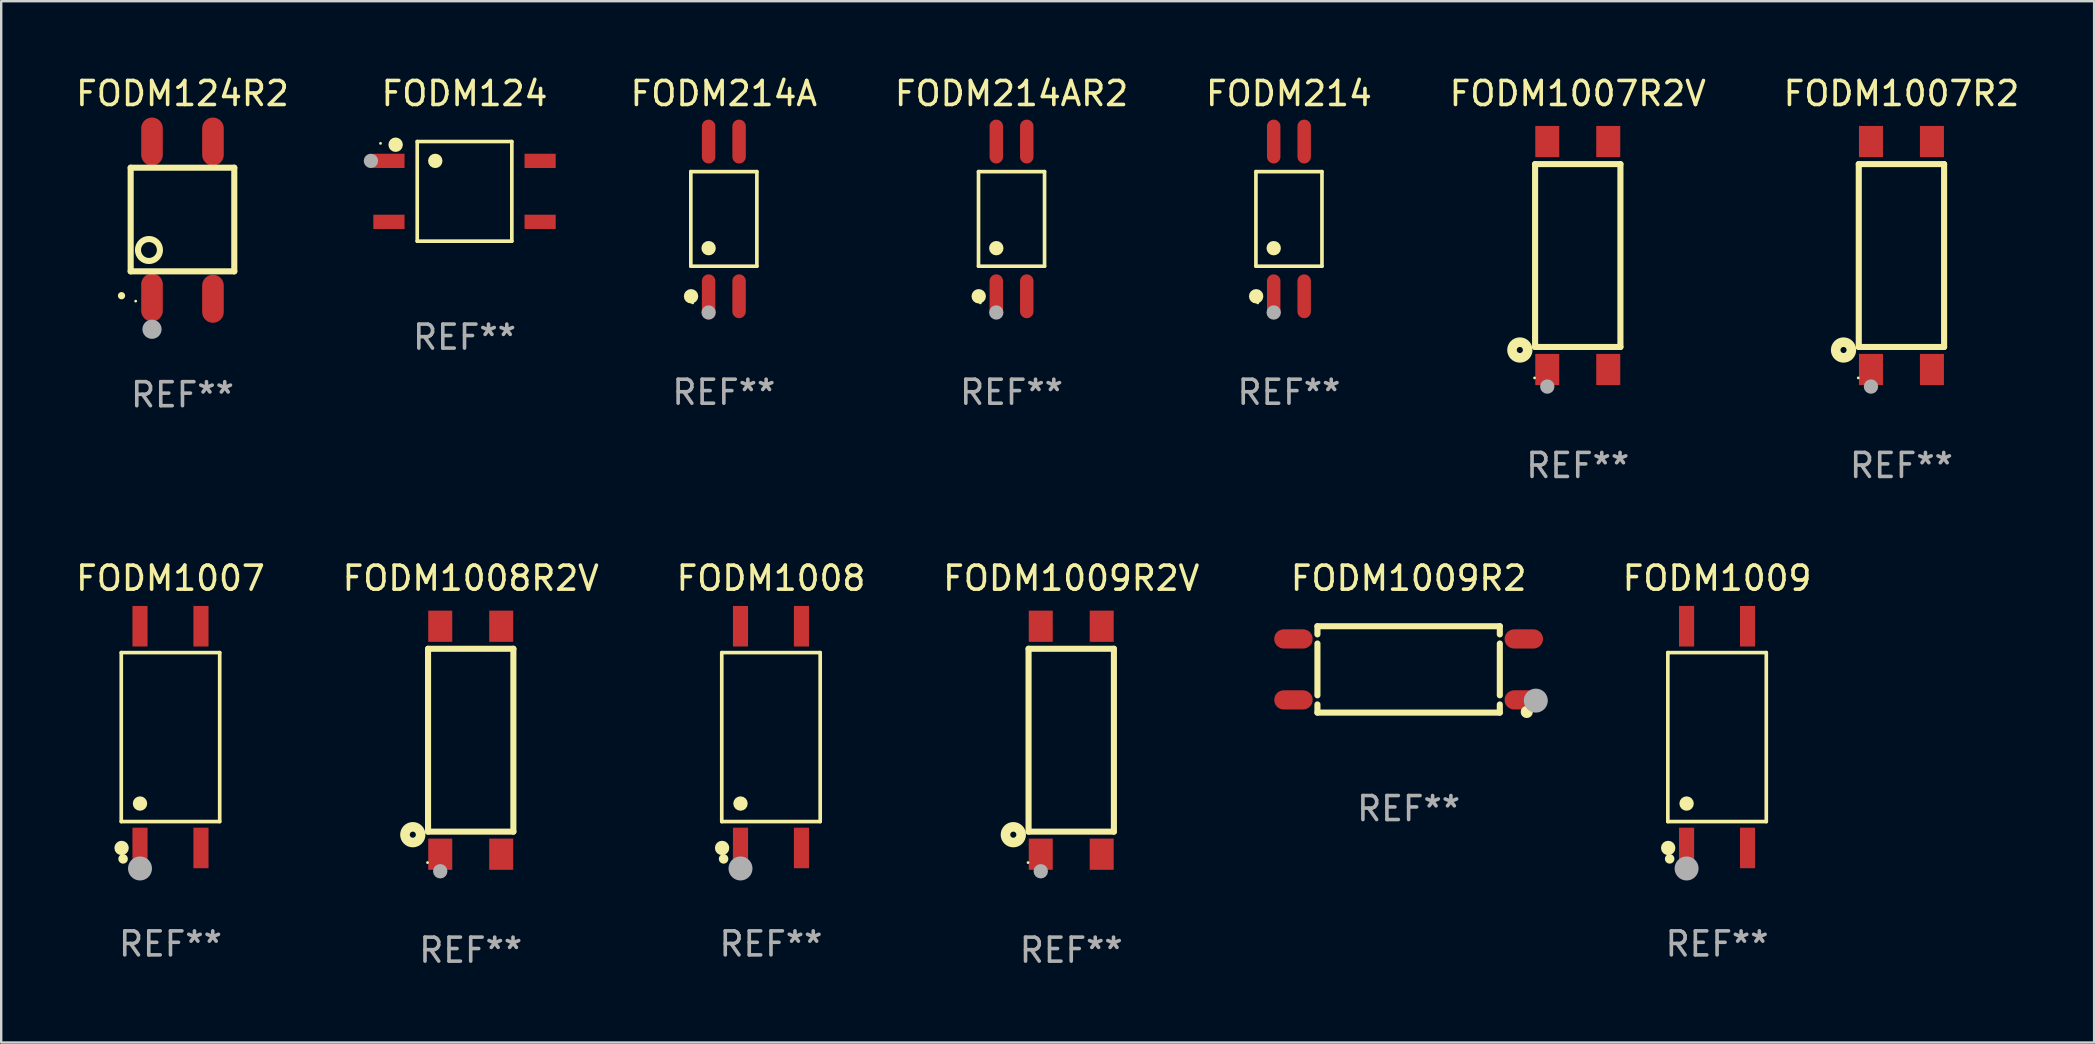
<source format=kicad_pcb>
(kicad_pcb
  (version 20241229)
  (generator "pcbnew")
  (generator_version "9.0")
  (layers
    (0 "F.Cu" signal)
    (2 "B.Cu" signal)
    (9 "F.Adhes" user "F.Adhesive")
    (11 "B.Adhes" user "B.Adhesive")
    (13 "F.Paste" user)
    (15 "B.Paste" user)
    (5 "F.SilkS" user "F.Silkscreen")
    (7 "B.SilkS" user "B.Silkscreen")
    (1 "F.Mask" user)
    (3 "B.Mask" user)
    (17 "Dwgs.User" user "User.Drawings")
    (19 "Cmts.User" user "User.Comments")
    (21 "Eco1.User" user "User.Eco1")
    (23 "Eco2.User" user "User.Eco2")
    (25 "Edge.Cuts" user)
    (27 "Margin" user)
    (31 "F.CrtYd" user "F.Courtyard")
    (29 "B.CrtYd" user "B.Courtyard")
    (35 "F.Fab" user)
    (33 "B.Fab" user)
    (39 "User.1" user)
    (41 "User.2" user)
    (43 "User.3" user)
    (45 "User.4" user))
  (footprint "FODM1009"
    (layer "F.Cu")
    (at 68.501 27.665)
    (property "Reference" "FODM1009" (at 0 -6.62 0) (layer "F.SilkS") (effects (font (size 1 1) (thickness 0.15))))
    (attr through_hole)
    (fp_line (start -2.051 -3.521) (end 2.051 -3.521) (stroke (width 0.152) (type solid)) (layer "F.SilkS"))
    (fp_line (start -2.051 3.521) (end -2.051 -3.521) (stroke (width 0.152) (type solid)) (layer "F.SilkS"))
    (fp_line (start 2.051 -3.521) (end 2.051 3.521) (stroke (width 0.152) (type solid)) (layer "F.SilkS"))
    (fp_line (start 2.051 3.521) (end -2.051 3.521) (stroke (width 0.152) (type solid)) (layer "F.SilkS"))
    (fp_circle (center -2.037 4.62) (end -1.887 4.62) (stroke (width 0.3) (type solid)) (fill no) (layer "F.SilkS"))
    (fp_circle (center -1.975 5.075) (end -1.875 5.075) (stroke (width 0.2) (type solid)) (fill no) (layer "F.SilkS"))
    (fp_circle (center -1.27 2.769) (end -1.12 2.769) (stroke (width 0.3) (type solid)) (fill no) (layer "F.SilkS"))
    (fp_circle (center -1.27 5.475) (end -1.02 5.475) (stroke (width 0.5) (type solid)) (fill no) (layer "F.Fab"))
    (fp_text user "REF**" (at 0 8.62 0) (layer "F.Fab") (effects (font (size 1 1) (thickness 0.15))))
    (pad "1" smd rect (at -1.27 4.62) (size 0.63 1.69) (layers "F.Cu" "F.Mask" "F.Paste"))
    (pad "2" smd rect (at 1.27 4.62) (size 0.63 1.69) (layers "F.Cu" "F.Mask" "F.Paste"))
    (pad "3" smd rect (at 1.27 -4.62) (size 0.63 1.69) (layers "F.Cu" "F.Mask" "F.Paste"))
    (pad "4" smd rect (at -1.27 -4.62) (size 0.63 1.69) (layers "F.Cu" "F.Mask" "F.Paste")))
  (footprint "FODM1008"
    (layer "F.Cu")
    (at 29.077 27.665)
    (property "Reference" "FODM1008" (at 0 -6.62 0) (layer "F.SilkS") (effects (font (size 1 1) (thickness 0.15))))
    (attr through_hole)
    (fp_line (start -2.051 -3.521) (end 2.051 -3.521) (stroke (width 0.152) (type solid)) (layer "F.SilkS"))
    (fp_line (start -2.051 3.521) (end -2.051 -3.521) (stroke (width 0.152) (type solid)) (layer "F.SilkS"))
    (fp_line (start 2.051 -3.521) (end 2.051 3.521) (stroke (width 0.152) (type solid)) (layer "F.SilkS"))
    (fp_line (start 2.051 3.521) (end -2.051 3.521) (stroke (width 0.152) (type solid)) (layer "F.SilkS"))
    (fp_circle (center -2.037 4.62) (end -1.887 4.62) (stroke (width 0.3) (type solid)) (fill no) (layer "F.SilkS"))
    (fp_circle (center -1.975 5.075) (end -1.875 5.075) (stroke (width 0.2) (type solid)) (fill no) (layer "F.SilkS"))
    (fp_circle (center -1.27 2.769) (end -1.12 2.769) (stroke (width 0.3) (type solid)) (fill no) (layer "F.SilkS"))
    (fp_circle (center -1.27 5.475) (end -1.02 5.475) (stroke (width 0.5) (type solid)) (fill no) (layer "F.Fab"))
    (fp_text user "REF**" (at 0 8.62 0) (layer "F.Fab") (effects (font (size 1 1) (thickness 0.15))))
    (pad "1" smd rect (at -1.27 4.62) (size 0.63 1.69) (layers "F.Cu" "F.Mask" "F.Paste"))
    (pad "2" smd rect (at 1.27 4.62) (size 0.63 1.69) (layers "F.Cu" "F.Mask" "F.Paste"))
    (pad "3" smd rect (at 1.27 -4.62) (size 0.63 1.69) (layers "F.Cu" "F.Mask" "F.Paste"))
    (pad "4" smd rect (at -1.27 -4.62) (size 0.63 1.69) (layers "F.Cu" "F.Mask" "F.Paste")))
  (footprint "FODM214"
    (layer "F.Cu")
    (at 50.661 6.072)
    (property "Reference" "FODM214" (at 0 -5.224 0) (layer "F.SilkS") (effects (font (size 1 1) (thickness 0.15))))
    (attr through_hole)
    (fp_line (start -1.376 -1.971) (end 1.376 -1.971) (stroke (width 0.152) (type solid)) (layer "F.SilkS"))
    (fp_line (start -1.376 1.971) (end -1.376 -1.971) (stroke (width 0.152) (type solid)) (layer "F.SilkS"))
    (fp_line (start 1.376 -1.971) (end 1.376 1.971) (stroke (width 0.152) (type solid)) (layer "F.SilkS"))
    (fp_line (start 1.376 1.971) (end -1.376 1.971) (stroke (width 0.152) (type solid)) (layer "F.SilkS"))
    (fp_circle (center -1.367 3.224) (end -1.217 3.224) (stroke (width 0.3) (type solid)) (fill no) (layer "F.SilkS"))
    (fp_circle (center -1.3 3.5) (end -1.27 3.5) (stroke (width 0.06) (type solid)) (fill no) (layer "F.SilkS"))
    (fp_circle (center -0.635 1.219) (end -0.485 1.219) (stroke (width 0.3) (type solid)) (fill no) (layer "F.SilkS"))
    (fp_circle (center -0.635 3.9) (end -0.485 3.9) (stroke (width 0.3) (type solid)) (fill no) (layer "F.Fab"))
    (fp_text user "REF**" (at 0 7.224 0) (layer "F.Fab") (effects (font (size 1 1) (thickness 0.15))))
    (pad "1" smd oval (at -0.635 3.224) (size 0.56 1.827) (layers "F.Cu" "F.Mask" "F.Paste"))
    (pad "2" smd oval (at 0.635 3.224) (size 0.56 1.827) (layers "F.Cu" "F.Mask" "F.Paste"))
    (pad "3" smd oval (at 0.635 -3.224) (size 0.56 1.827) (layers "F.Cu" "F.Mask" "F.Paste"))
    (pad "4" smd oval (at -0.635 -3.224) (size 0.56 1.827) (layers "F.Cu" "F.Mask" "F.Paste")))
  (footprint "FODM214A"
    (layer "F.Cu")
    (at 27.113 6.072)
    (property "Reference" "FODM214A" (at 0 -5.224 0) (layer "F.SilkS") (effects (font (size 1 1) (thickness 0.15))))
    (attr through_hole)
    (fp_line (start -1.376 -1.971) (end 1.376 -1.971) (stroke (width 0.152) (type solid)) (layer "F.SilkS"))
    (fp_line (start -1.376 1.971) (end -1.376 -1.971) (stroke (width 0.152) (type solid)) (layer "F.SilkS"))
    (fp_line (start 1.376 -1.971) (end 1.376 1.971) (stroke (width 0.152) (type solid)) (layer "F.SilkS"))
    (fp_line (start 1.376 1.971) (end -1.376 1.971) (stroke (width 0.152) (type solid)) (layer "F.SilkS"))
    (fp_circle (center -1.367 3.224) (end -1.217 3.224) (stroke (width 0.3) (type solid)) (fill no) (layer "F.SilkS"))
    (fp_circle (center -1.3 3.5) (end -1.27 3.5) (stroke (width 0.06) (type solid)) (fill no) (layer "F.SilkS"))
    (fp_circle (center -0.635 1.219) (end -0.485 1.219) (stroke (width 0.3) (type solid)) (fill no) (layer "F.SilkS"))
    (fp_circle (center -0.635 3.9) (end -0.485 3.9) (stroke (width 0.3) (type solid)) (fill no) (layer "F.Fab"))
    (fp_text user "REF**" (at 0 7.224 0) (layer "F.Fab") (effects (font (size 1 1) (thickness 0.15))))
    (pad "1" smd oval (at -0.635 3.224) (size 0.56 1.827) (layers "F.Cu" "F.Mask" "F.Paste"))
    (pad "2" smd oval (at 0.635 3.224) (size 0.56 1.827) (layers "F.Cu" "F.Mask" "F.Paste"))
    (pad "3" smd oval (at 0.635 -3.224) (size 0.56 1.827) (layers "F.Cu" "F.Mask" "F.Paste"))
    (pad "4" smd oval (at -0.635 -3.224) (size 0.56 1.827) (layers "F.Cu" "F.Mask" "F.Paste")))
  (footprint "FODM1009R2"
    (layer "F.Cu")
    (at 55.648 24.845)
    (property "Reference" "FODM1009R2" (at 0 -3.8 0) (layer "F.SilkS") (effects (font (size 1 1) (thickness 0.15))))
    (attr through_hole)
    (fp_line (start -3.8 -1.8) (end 3.8 -1.8) (stroke (width 0.254) (type solid)) (layer "F.SilkS"))
    (fp_line (start -3.8 -1.46) (end -3.8 -1.8) (stroke (width 0.254) (type solid)) (layer "F.SilkS"))
    (fp_line (start -3.8 1.08) (end -3.8 -1.08) (stroke (width 0.254) (type solid)) (layer "F.SilkS"))
    (fp_line (start -3.8 1.8) (end -3.8 1.46) (stroke (width 0.254) (type solid)) (layer "F.SilkS"))
    (fp_line (start 3.8 -1.8) (end 3.8 -1.46) (stroke (width 0.254) (type solid)) (layer "F.SilkS"))
    (fp_line (start 3.8 -1.08) (end 3.8 1.08) (stroke (width 0.254) (type solid)) (layer "F.SilkS"))
    (fp_line (start 3.8 1.46) (end 3.8 1.8) (stroke (width 0.254) (type solid)) (layer "F.SilkS"))
    (fp_line (start 3.8 1.8) (end -3.8 1.8) (stroke (width 0.254) (type solid)) (layer "F.SilkS"))
    (fp_circle (center 4.923 1.773) (end 5.05 1.773) (stroke (width 0.254) (type solid)) (fill no) (layer "F.SilkS"))
    (fp_circle (center 5.3 1.3) (end 5.55 1.3) (stroke (width 0.5) (type solid)) (fill no) (layer "F.Fab"))
    (fp_text user "REF**" (at 0 5.8 0) (layer "F.Fab") (effects (font (size 1 1) (thickness 0.15))))
    (pad "1" smd oval (at 4.8 1.27 90) (size 0.8 1.6) (layers "F.Cu" "F.Mask" "F.Paste"))
    (pad "2" smd oval (at 4.8 -1.27 90) (size 0.8 1.6) (layers "F.Cu" "F.Mask" "F.Paste"))
    (pad "3" smd oval (at -4.8 -1.27 90) (size 0.8 1.6) (layers "F.Cu" "F.Mask" "F.Paste"))
    (pad "4" smd oval (at -4.8 1.27 90) (size 0.8 1.6) (layers "F.Cu" "F.Mask" "F.Paste")))
  (footprint "FODM1009R2V"
    (layer "F.Cu")
    (at 41.589 27.795)
    (property "Reference" "FODM1009R2V" (at 0 -6.75 0) (layer "F.SilkS") (effects (font (size 1 1) (thickness 0.15))))
    (attr through_hole)
    (fp_line (start -1.778 -3.81) (end 1.778 -3.81) (stroke (width 0.254) (type solid)) (layer "F.SilkS"))
    (fp_line (start -1.778 3.81) (end -1.778 -3.81) (stroke (width 0.254) (type solid)) (layer "F.SilkS"))
    (fp_line (start 1.778 -3.81) (end 1.778 3.81) (stroke (width 0.254) (type solid)) (layer "F.SilkS"))
    (fp_line (start 1.778 3.81) (end -1.778 3.81) (stroke (width 0.254) (type solid)) (layer "F.SilkS"))
    (fp_circle (center -2.413 3.937) (end -2.286 3.937) (stroke (width 0.4) (type solid)) (fill no) (layer "F.SilkS"))
    (fp_circle (center -1.8 5.1) (end -1.77 5.1) (stroke (width 0.06) (type solid)) (fill no) (layer "F.SilkS"))
    (fp_circle (center -1.27 5.461) (end -1.12 5.461) (stroke (width 0.3) (type solid)) (fill no) (layer "F.Fab"))
    (fp_text user "REF**" (at 0 8.75 0) (layer "F.Fab") (effects (font (size 1 1) (thickness 0.15))))
    (pad "1" smd rect (at -1.27 4.75) (size 1 1.3) (layers "F.Cu" "F.Mask" "F.Paste"))
    (pad "2" smd rect (at 1.27 4.75) (size 1 1.3) (layers "F.Cu" "F.Mask" "F.Paste"))
    (pad "3" smd rect (at 1.27 -4.75) (size 1 1.3) (layers "F.Cu" "F.Mask" "F.Paste"))
    (pad "4" smd rect (at -1.27 -4.75) (size 1 1.3) (layers "F.Cu" "F.Mask" "F.Paste")))
  (footprint "FODM1007"
    (layer "F.Cu")
    (at 4.054 27.665)
    (property "Reference" "FODM1007" (at 0 -6.62 0) (layer "F.SilkS") (effects (font (size 1 1) (thickness 0.15))))
    (attr through_hole)
    (fp_line (start -2.051 -3.521) (end 2.051 -3.521) (stroke (width 0.152) (type solid)) (layer "F.SilkS"))
    (fp_line (start -2.051 3.521) (end -2.051 -3.521) (stroke (width 0.152) (type solid)) (layer "F.SilkS"))
    (fp_line (start 2.051 -3.521) (end 2.051 3.521) (stroke (width 0.152) (type solid)) (layer "F.SilkS"))
    (fp_line (start 2.051 3.521) (end -2.051 3.521) (stroke (width 0.152) (type solid)) (layer "F.SilkS"))
    (fp_circle (center -2.037 4.62) (end -1.887 4.62) (stroke (width 0.3) (type solid)) (fill no) (layer "F.SilkS"))
    (fp_circle (center -1.975 5.075) (end -1.875 5.075) (stroke (width 0.2) (type solid)) (fill no) (layer "F.SilkS"))
    (fp_circle (center -1.27 2.769) (end -1.12 2.769) (stroke (width 0.3) (type solid)) (fill no) (layer "F.SilkS"))
    (fp_circle (center -1.27 5.475) (end -1.02 5.475) (stroke (width 0.5) (type solid)) (fill no) (layer "F.Fab"))
    (fp_text user "REF**" (at 0 8.62 0) (layer "F.Fab") (effects (font (size 1 1) (thickness 0.15))))
    (pad "1" smd rect (at -1.27 4.62) (size 0.63 1.69) (layers "F.Cu" "F.Mask" "F.Paste"))
    (pad "2" smd rect (at 1.27 4.62) (size 0.63 1.69) (layers "F.Cu" "F.Mask" "F.Paste"))
    (pad "3" smd rect (at 1.27 -4.62) (size 0.63 1.69) (layers "F.Cu" "F.Mask" "F.Paste"))
    (pad "4" smd rect (at -1.27 -4.62) (size 0.63 1.69) (layers "F.Cu" "F.Mask" "F.Paste")))
  (footprint "FODM124"
    (layer "F.Cu")
    (at 16.307 4.924)
    (property "Reference" "FODM124" (at 0 -4.076 0) (layer "F.SilkS") (effects (font (size 1 1) (thickness 0.15))))
    (attr through_hole)
    (fp_line (start -1.971 -2.076) (end 1.971 -2.076) (stroke (width 0.152) (type solid)) (layer "F.SilkS"))
    (fp_line (start -1.971 2.076) (end -1.971 -2.076) (stroke (width 0.152) (type solid)) (layer "F.SilkS"))
    (fp_line (start 1.971 -2.076) (end 1.971 2.076) (stroke (width 0.152) (type solid)) (layer "F.SilkS"))
    (fp_line (start 1.971 2.076) (end -1.971 2.076) (stroke (width 0.152) (type solid)) (layer "F.SilkS"))
    (fp_circle (center -3.5 -2) (end -3.47 -2) (stroke (width 0.06) (type solid)) (fill no) (layer "F.SilkS"))
    (fp_circle (center -2.871 -1.944) (end -2.72 -1.944) (stroke (width 0.3) (type solid)) (fill no) (layer "F.SilkS"))
    (fp_circle (center -1.219 -1.27) (end -1.069 -1.27) (stroke (width 0.3) (type solid)) (fill no) (layer "F.SilkS"))
    (fp_circle (center -3.9 -1.27) (end -3.75 -1.27) (stroke (width 0.3) (type solid)) (fill no) (layer "F.Fab"))
    (fp_text user "REF**" (at 0 6.076 0) (layer "F.Fab") (effects (font (size 1 1) (thickness 0.15))))
    (pad "1" smd rect (at -3.15 -1.27 270) (size 0.595 1.3) (layers "F.Cu" "F.Mask" "F.Paste"))
    (pad "2" smd rect (at -3.15 1.27 270) (size 0.595 1.3) (layers "F.Cu" "F.Mask" "F.Paste"))
    (pad "3" smd rect (at 3.15 1.27 270) (size 0.595 1.3) (layers "F.Cu" "F.Mask" "F.Paste"))
    (pad "4" smd rect (at 3.15 -1.27 270) (size 0.595 1.3) (layers "F.Cu" "F.Mask" "F.Paste")))
  (footprint "FODM214AR2"
    (layer "F.Cu")
    (at 39.101 6.072)
    (property "Reference" "FODM214AR2" (at 0 -5.224 0) (layer "F.SilkS") (effects (font (size 1 1) (thickness 0.15))))
    (attr through_hole)
    (fp_line (start -1.376 -1.971) (end 1.376 -1.971) (stroke (width 0.152) (type solid)) (layer "F.SilkS"))
    (fp_line (start -1.376 1.971) (end -1.376 -1.971) (stroke (width 0.152) (type solid)) (layer "F.SilkS"))
    (fp_line (start 1.376 -1.971) (end 1.376 1.971) (stroke (width 0.152) (type solid)) (layer "F.SilkS"))
    (fp_line (start 1.376 1.971) (end -1.376 1.971) (stroke (width 0.152) (type solid)) (layer "F.SilkS"))
    (fp_circle (center -1.367 3.224) (end -1.217 3.224) (stroke (width 0.3) (type solid)) (fill no) (layer "F.SilkS"))
    (fp_circle (center -1.3 3.5) (end -1.27 3.5) (stroke (width 0.06) (type solid)) (fill no) (layer "F.SilkS"))
    (fp_circle (center -0.635 1.219) (end -0.485 1.219) (stroke (width 0.3) (type solid)) (fill no) (layer "F.SilkS"))
    (fp_circle (center -0.635 3.9) (end -0.485 3.9) (stroke (width 0.3) (type solid)) (fill no) (layer "F.Fab"))
    (fp_text user "REF**" (at 0 7.224 0) (layer "F.Fab") (effects (font (size 1 1) (thickness 0.15))))
    (pad "1" smd oval (at -0.635 3.224) (size 0.56 1.827) (layers "F.Cu" "F.Mask" "F.Paste"))
    (pad "2" smd oval (at 0.635 3.224) (size 0.56 1.827) (layers "F.Cu" "F.Mask" "F.Paste"))
    (pad "3" smd oval (at 0.635 -3.224) (size 0.56 1.827) (layers "F.Cu" "F.Mask" "F.Paste"))
    (pad "4" smd oval (at -0.635 -3.224) (size 0.56 1.827) (layers "F.Cu" "F.Mask" "F.Paste")))
  (footprint "FODM1007R2"
    (layer "F.Cu")
    (at 76.184 7.598)
    (property "Reference" "FODM1007R2" (at 0 -6.75 0) (layer "F.SilkS") (effects (font (size 1 1) (thickness 0.15))))
    (attr through_hole)
    (fp_line (start -1.778 -3.81) (end 1.778 -3.81) (stroke (width 0.254) (type solid)) (layer "F.SilkS"))
    (fp_line (start -1.778 3.81) (end -1.778 -3.81) (stroke (width 0.254) (type solid)) (layer "F.SilkS"))
    (fp_line (start 1.778 -3.81) (end 1.778 3.81) (stroke (width 0.254) (type solid)) (layer "F.SilkS"))
    (fp_line (start 1.778 3.81) (end -1.778 3.81) (stroke (width 0.254) (type solid)) (layer "F.SilkS"))
    (fp_circle (center -2.413 3.937) (end -2.286 3.937) (stroke (width 0.4) (type solid)) (fill no) (layer "F.SilkS"))
    (fp_circle (center -1.8 5.1) (end -1.77 5.1) (stroke (width 0.06) (type solid)) (fill no) (layer "F.SilkS"))
    (fp_circle (center -1.27 5.461) (end -1.12 5.461) (stroke (width 0.3) (type solid)) (fill no) (layer "F.Fab"))
    (fp_text user "REF**" (at 0 8.75 0) (layer "F.Fab") (effects (font (size 1 1) (thickness 0.15))))
    (pad "1" smd rect (at -1.27 4.75) (size 1 1.3) (layers "F.Cu" "F.Mask" "F.Paste"))
    (pad "2" smd rect (at 1.27 4.75) (size 1 1.3) (layers "F.Cu" "F.Mask" "F.Paste"))
    (pad "3" smd rect (at 1.27 -4.75) (size 1 1.3) (layers "F.Cu" "F.Mask" "F.Paste"))
    (pad "4" smd rect (at -1.27 -4.75) (size 1 1.3) (layers "F.Cu" "F.Mask" "F.Paste")))
  (footprint "FODM1008R2V"
    (layer "F.Cu")
    (at 16.565 27.795)
    (property "Reference" "FODM1008R2V" (at 0 -6.75 0) (layer "F.SilkS") (effects (font (size 1 1) (thickness 0.15))))
    (attr through_hole)
    (fp_line (start -1.778 -3.81) (end 1.778 -3.81) (stroke (width 0.254) (type solid)) (layer "F.SilkS"))
    (fp_line (start -1.778 3.81) (end -1.778 -3.81) (stroke (width 0.254) (type solid)) (layer "F.SilkS"))
    (fp_line (start 1.778 -3.81) (end 1.778 3.81) (stroke (width 0.254) (type solid)) (layer "F.SilkS"))
    (fp_line (start 1.778 3.81) (end -1.778 3.81) (stroke (width 0.254) (type solid)) (layer "F.SilkS"))
    (fp_circle (center -2.413 3.937) (end -2.286 3.937) (stroke (width 0.4) (type solid)) (fill no) (layer "F.SilkS"))
    (fp_circle (center -1.8 5.1) (end -1.77 5.1) (stroke (width 0.06) (type solid)) (fill no) (layer "F.SilkS"))
    (fp_circle (center -1.27 5.461) (end -1.12 5.461) (stroke (width 0.3) (type solid)) (fill no) (layer "F.Fab"))
    (fp_text user "REF**" (at 0 8.75 0) (layer "F.Fab") (effects (font (size 1 1) (thickness 0.15))))
    (pad "1" smd rect (at -1.27 4.75) (size 1 1.3) (layers "F.Cu" "F.Mask" "F.Paste"))
    (pad "2" smd rect (at 1.27 4.75) (size 1 1.3) (layers "F.Cu" "F.Mask" "F.Paste"))
    (pad "3" smd rect (at 1.27 -4.75) (size 1 1.3) (layers "F.Cu" "F.Mask" "F.Paste"))
    (pad "4" smd rect (at -1.27 -4.75) (size 1 1.3) (layers "F.Cu" "F.Mask" "F.Paste")))
  (footprint "FODM124R2"
    (layer "F.Cu")
    (at 4.554 6.124)
    (property "Reference" "FODM124R2" (at 0 -5.276 0) (layer "F.SilkS") (effects (font (size 1 1) (thickness 0.15))))
    (attr through_hole)
    (fp_line (start -2.159 -2.185) (end -2.159 2.133) (stroke (width 0.254) (type solid)) (layer "F.SilkS"))
    (fp_line (start -2.159 2.133) (end 2.159 2.133) (stroke (width 0.254) (type solid)) (layer "F.SilkS"))
    (fp_line (start 2.159 -2.185) (end -2.159 -2.185) (stroke (width 0.254) (type solid)) (layer "F.SilkS"))
    (fp_line (start 2.159 2.133) (end 2.159 -2.185) (stroke (width 0.254) (type solid)) (layer "F.SilkS"))
    (fp_arc (start -2.540005 3.148895) (mid -2.54001 3.147625) (end -2.540005 3.146355) (stroke (width 0.3) (type solid)) (layer "F.SilkS"))
    (fp_circle (center -1.95 3.374) (end -1.92 3.374) (stroke (width 0.06) (type solid)) (fill no) (layer "F.SilkS"))
    (fp_circle (center -1.397 1.244) (end -0.939 1.244) (stroke (width 0.254) (type solid)) (fill no) (layer "F.SilkS"))
    (fp_circle (center -1.27 4.546) (end -1.07 4.546) (stroke (width 0.4) (type solid)) (fill no) (layer "F.Fab"))
    (fp_text user "REF**" (at 0 7.276 0) (layer "F.Fab") (effects (font (size 1 1) (thickness 0.15))))
    (pad "1" smd oval (at -1.27 3.224) (size 0.9 2) (layers "F.Cu" "F.Mask" "F.Paste"))
    (pad "2" smd oval (at 1.27 3.276) (size 0.9 2) (layers "F.Cu" "F.Mask" "F.Paste"))
    (pad "3" smd oval (at 1.27 -3.276) (size 0.9 2) (layers "F.Cu" "F.Mask" "F.Paste"))
    (pad "4" smd oval (at -1.27 -3.276) (size 0.9 2) (layers "F.Cu" "F.Mask" "F.Paste")))
  (footprint "FODM1007R2V"
    (layer "F.Cu")
    (at 62.696 7.598)
    (property "Reference" "FODM1007R2V" (at 0 -6.75 0) (layer "F.SilkS") (effects (font (size 1 1) (thickness 0.15))))
    (attr through_hole)
    (fp_line (start -1.778 -3.81) (end 1.778 -3.81) (stroke (width 0.254) (type solid)) (layer "F.SilkS"))
    (fp_line (start -1.778 3.81) (end -1.778 -3.81) (stroke (width 0.254) (type solid)) (layer "F.SilkS"))
    (fp_line (start 1.778 -3.81) (end 1.778 3.81) (stroke (width 0.254) (type solid)) (layer "F.SilkS"))
    (fp_line (start 1.778 3.81) (end -1.778 3.81) (stroke (width 0.254) (type solid)) (layer "F.SilkS"))
    (fp_circle (center -2.413 3.937) (end -2.286 3.937) (stroke (width 0.4) (type solid)) (fill no) (layer "F.SilkS"))
    (fp_circle (center -1.8 5.1) (end -1.77 5.1) (stroke (width 0.06) (type solid)) (fill no) (layer "F.SilkS"))
    (fp_circle (center -1.27 5.461) (end -1.12 5.461) (stroke (width 0.3) (type solid)) (fill no) (layer "F.Fab"))
    (fp_text user "REF**" (at 0 8.75 0) (layer "F.Fab") (effects (font (size 1 1) (thickness 0.15))))
    (pad "1" smd rect (at -1.27 4.75) (size 1 1.3) (layers "F.Cu" "F.Mask" "F.Paste"))
    (pad "2" smd rect (at 1.27 4.75) (size 1 1.3) (layers "F.Cu" "F.Mask" "F.Paste"))
    (pad "3" smd rect (at 1.27 -4.75) (size 1 1.3) (layers "F.Cu" "F.Mask" "F.Paste"))
    (pad "4" smd rect (at -1.27 -4.75) (size 1 1.3) (layers "F.Cu" "F.Mask" "F.Paste")))
  (gr_rect
    (start -3 -3)
    (end 84.214 40.393)
    (stroke (width 0.1) (type default))
    (fill no)
    (layer "Edge.Cuts")))
</source>
